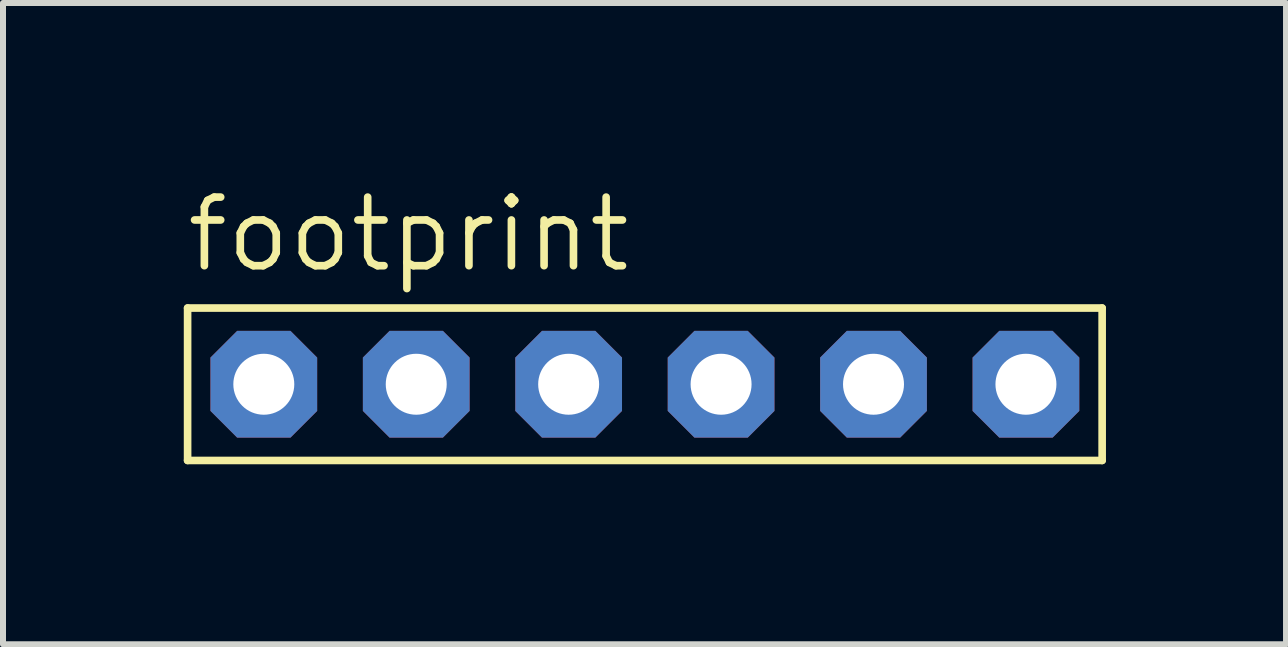
<source format=kicad_pcb>
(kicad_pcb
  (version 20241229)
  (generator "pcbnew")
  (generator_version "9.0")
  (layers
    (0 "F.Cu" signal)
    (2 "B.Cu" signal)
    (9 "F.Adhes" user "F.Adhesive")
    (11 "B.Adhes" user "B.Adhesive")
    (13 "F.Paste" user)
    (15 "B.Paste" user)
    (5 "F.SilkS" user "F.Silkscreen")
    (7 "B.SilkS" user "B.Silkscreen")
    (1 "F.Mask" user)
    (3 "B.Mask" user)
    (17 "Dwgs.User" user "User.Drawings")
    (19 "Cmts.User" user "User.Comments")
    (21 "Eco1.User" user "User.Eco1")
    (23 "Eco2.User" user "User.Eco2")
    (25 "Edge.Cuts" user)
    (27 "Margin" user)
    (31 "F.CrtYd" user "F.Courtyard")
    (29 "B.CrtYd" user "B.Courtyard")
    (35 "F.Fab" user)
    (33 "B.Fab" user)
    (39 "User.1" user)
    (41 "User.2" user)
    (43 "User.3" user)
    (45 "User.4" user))
  (footprint "footprint"
    (layer "F.Cu")
    (at 7.696 3.353)
    (property "Reference" "footprint" (at -7.696 -1.829 0) (layer "F.SilkS") (effects (font (size 1.143 1.143) (thickness 0.127)) (justify left bottom)))
    (fp_line (start -7.62 -1.27) (end 7.62 -1.27) (stroke (width 0.127) (type solid)) (layer "F.SilkS"))
    (fp_line (start -7.62 1.27) (end -7.62 -1.27) (stroke (width 0.127) (type solid)) (layer "F.SilkS"))
    (fp_line (start 7.62 -1.27) (end 7.62 1.27) (stroke (width 0.127) (type solid)) (layer "F.SilkS"))
    (fp_line (start 7.62 1.27) (end -7.62 1.27) (stroke (width 0.127) (type solid)) (layer "F.SilkS"))
    (fp_poly (pts (xy -6.604 0.254) (xy -6.096 0.254) (xy -6.096 -0.254) (xy -6.604 -0.254)) (stroke (width 0.1) (type solid)) (fill no) (layer "F.Fab"))
    (fp_poly (pts (xy -4.064 0.254) (xy -3.556 0.254) (xy -3.556 -0.254) (xy -4.064 -0.254)) (stroke (width 0.1) (type solid)) (fill no) (layer "F.Fab"))
    (fp_poly (pts (xy -1.524 0.254) (xy -1.016 0.254) (xy -1.016 -0.254) (xy -1.524 -0.254)) (stroke (width 0.1) (type solid)) (fill no) (layer "F.Fab"))
    (fp_poly (pts (xy 1.016 0.254) (xy 1.524 0.254) (xy 1.524 -0.254) (xy 1.016 -0.254)) (stroke (width 0.1) (type solid)) (fill no) (layer "F.Fab"))
    (fp_poly (pts (xy 3.556 0.254) (xy 4.064 0.254) (xy 4.064 -0.254) (xy 3.556 -0.254)) (stroke (width 0.1) (type solid)) (fill no) (layer "F.Fab"))
    (fp_poly (pts (xy 6.096 0.254) (xy 6.604 0.254) (xy 6.604 -0.254) (xy 6.096 -0.254)) (stroke (width 0.1) (type solid)) (fill no) (layer "F.Fab"))
    (pad "1" thru_hole roundrect (at -6.35 0 90) (size 1.778 1.778) (drill 1.016) (layers "*.Cu" "*.Mask") (roundrect_rratio 0.25) (chamfer_ratio 0.25) (chamfer top_left top_right bottom_left bottom_right))
    (pad "2" thru_hole roundrect (at -3.81 0 90) (size 1.778 1.778) (drill 1.016) (layers "*.Cu" "*.Mask") (roundrect_rratio 0.25) (chamfer_ratio 0.25) (chamfer top_left top_right bottom_left bottom_right))
    (pad "3" thru_hole roundrect (at -1.27 0 90) (size 1.778 1.778) (drill 1.016) (layers "*.Cu" "*.Mask") (roundrect_rratio 0.25) (chamfer_ratio 0.25) (chamfer top_left top_right bottom_left bottom_right))
    (pad "4" thru_hole roundrect (at 1.27 0 90) (size 1.778 1.778) (drill 1.016) (layers "*.Cu" "*.Mask") (roundrect_rratio 0.25) (chamfer_ratio 0.25) (chamfer top_left top_right bottom_left bottom_right))
    (pad "5" thru_hole roundrect (at 3.81 0 90) (size 1.778 1.778) (drill 1.016) (layers "*.Cu" "*.Mask") (roundrect_rratio 0.25) (chamfer_ratio 0.25) (chamfer top_left top_right bottom_left bottom_right))
    (pad "6" thru_hole roundrect (at 6.35 0 90) (size 1.778 1.778) (drill 1.016) (layers "*.Cu" "*.Mask") (roundrect_rratio 0.25) (chamfer_ratio 0.25) (chamfer top_left top_right bottom_left bottom_right)))
  (gr_rect
    (start -3 -3)
    (end 18.38 7.686)
    (stroke (width 0.1) (type default))
    (fill no)
    (layer "Edge.Cuts")))
</source>
